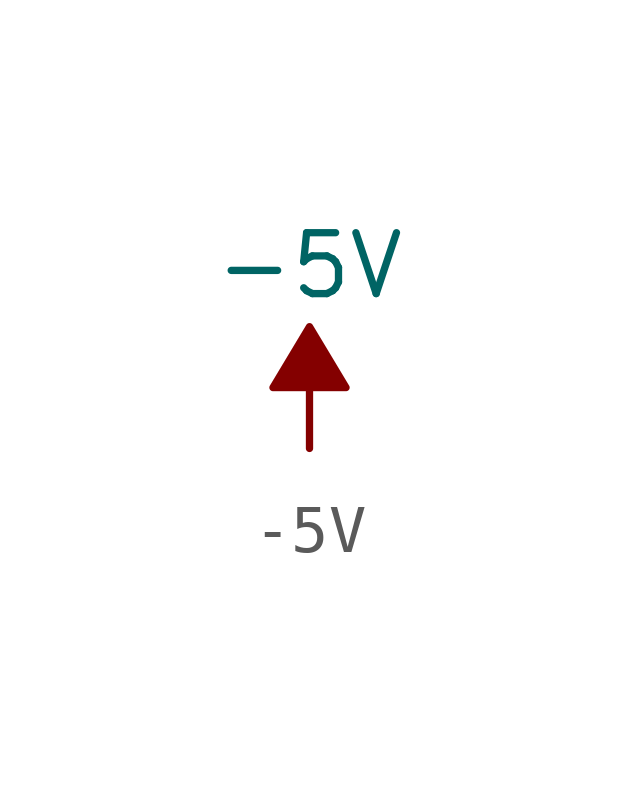
<source format=kicad_sym>
(kicad_symbol_lib
  (version 20211014)
  (generator kicad_symbol_editor)
  (symbol "-5V"
    (power)
    (pin_names
      (offset 0))
    (property "Reference" "#PWR"
      (at 0 2.54 0)
      (effects (font (size 1.27 1.27)) hide))
    (property "Value" "-5V"
      (at 0 3.81 0)
      (effects (font (size 1.27 1.27))))
    (symbol "-5V_0_0"
      (pin power_in line (at 0 0 90) (length 0) hide (name "-5V" (effects (font (size 1.27 1.27)))) (number "1" (effects (font (size 1.27 1.27))))))
    (symbol "-5V_0_1"
      (polyline (pts (xy 0 0) (xy 0 1.27) (xy 0.762 1.27) (xy 0 2.54) (xy -0.762 1.27) (xy 0 1.27)) (stroke (width 0) (type default) (color 0 0 0 0)) (fill (type outline))))))
</source>
